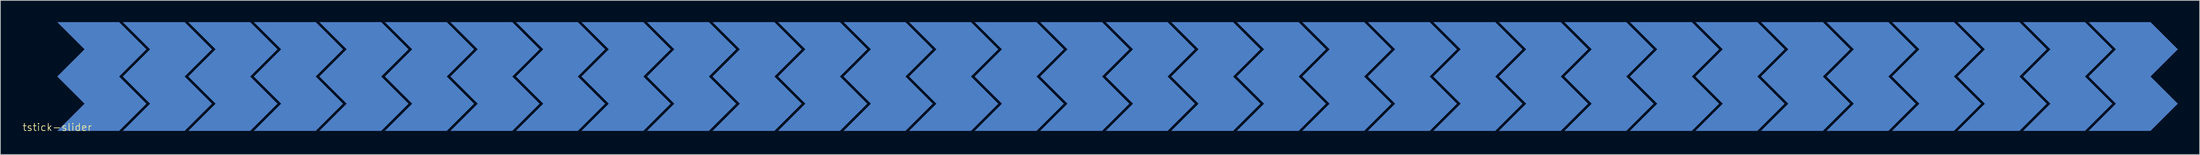
<source format=kicad_pcb>
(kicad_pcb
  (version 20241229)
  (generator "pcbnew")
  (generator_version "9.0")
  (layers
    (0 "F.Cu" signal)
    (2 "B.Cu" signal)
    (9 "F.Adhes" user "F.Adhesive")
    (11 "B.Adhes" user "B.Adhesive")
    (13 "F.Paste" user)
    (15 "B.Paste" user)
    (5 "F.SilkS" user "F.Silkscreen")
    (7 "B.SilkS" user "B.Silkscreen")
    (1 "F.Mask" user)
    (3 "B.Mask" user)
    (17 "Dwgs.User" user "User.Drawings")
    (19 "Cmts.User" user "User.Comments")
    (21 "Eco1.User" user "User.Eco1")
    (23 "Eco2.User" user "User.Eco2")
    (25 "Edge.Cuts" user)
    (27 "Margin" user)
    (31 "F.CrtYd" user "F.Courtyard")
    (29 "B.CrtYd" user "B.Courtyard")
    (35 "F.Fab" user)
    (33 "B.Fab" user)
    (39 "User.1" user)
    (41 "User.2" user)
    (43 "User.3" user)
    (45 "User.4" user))
  (footprint "tstick-slider"
    (layer "F.Cu")
    (at 4.812 15)
    (property "Reference" "tstick-slider" (at 0 -0.5 0) (unlocked yes) (layer "F.SilkS") (effects (font (size 1 1) (thickness 0.1))))
    (attr smd)
    (pad "1" smd custom (at 17 -0.5) (size 1 1) (layers "F.Mask" "B.Cu" "F.Paste") (options (anchor rect)) (primitives (gr_poly (pts (xy -8 0.5) (xy 0.5 0.5) (xy 4.25 -3.25) (xy 0.5 -7) (xy 4.25 -10.75) (xy 0.5 -14.5) (xy -8 -14.5) (xy -4.25 -10.75) (xy -8 -7) (xy -4.25 -3.25)) (width 0) (fill yes)) (gr_poly (pts (xy -3.793 -11.231) (xy -3.777 -11.34) (xy -3.722 -11.452) (xy -3.633 -11.541) (xy -3.521 -11.596) (xy -3.412 -11.612) (xy -1.888 -11.612) (xy -1.779 -11.596) (xy -1.667 -11.541) (xy -1.578 -11.452) (xy -1.523 -11.34) (xy -1.507 -11.231) (xy -1.507 -10.469) (xy -1.523 -10.36) (xy -1.578 -10.248) (xy -1.667 -10.159) (xy -1.779 -10.104) (xy -1.888 -10.088) (xy -3.412 -10.088) (xy -3.521 -10.104) (xy -3.633 -10.159) (xy -3.722 -10.248) (xy -3.777 -10.36) (xy -3.793 -10.469)) (width 0) (fill yes))))
    (pad "2" smd custom (at 26 -0.5) (size 1 1) (layers "F.Mask" "B.Cu" "F.Paste") (options (anchor rect)) (primitives (gr_poly (pts (xy -8 0.5) (xy 0.5 0.5) (xy 4.25 -3.25) (xy 0.5 -7) (xy 4.25 -10.75) (xy 0.5 -14.5) (xy -8 -14.5) (xy -4.25 -10.75) (xy -8 -7) (xy -4.25 -3.25)) (width 0) (fill yes)) (gr_poly (pts (xy -3.793 -11.231) (xy -3.777 -11.34) (xy -3.722 -11.452) (xy -3.633 -11.541) (xy -3.521 -11.596) (xy -3.412 -11.612) (xy -1.888 -11.612) (xy -1.779 -11.596) (xy -1.667 -11.541) (xy -1.578 -11.452) (xy -1.523 -11.34) (xy -1.507 -11.231) (xy -1.507 -10.469) (xy -1.523 -10.36) (xy -1.578 -10.248) (xy -1.667 -10.159) (xy -1.779 -10.104) (xy -1.888 -10.088) (xy -3.412 -10.088) (xy -3.521 -10.104) (xy -3.633 -10.159) (xy -3.722 -10.248) (xy -3.777 -10.36) (xy -3.793 -10.469)) (width 0) (fill yes))))
    (pad "3" smd custom (at 35 -0.5) (size 1 1) (layers "F.Mask" "B.Cu" "F.Paste") (options (anchor rect)) (primitives (gr_poly (pts (xy -8 0.5) (xy 0.5 0.5) (xy 4.25 -3.25) (xy 0.5 -7) (xy 4.25 -10.75) (xy 0.5 -14.5) (xy -8 -14.5) (xy -4.25 -10.75) (xy -8 -7) (xy -4.25 -3.25)) (width 0) (fill yes)) (gr_poly (pts (xy -3.793 -11.231) (xy -3.777 -11.34) (xy -3.722 -11.452) (xy -3.633 -11.541) (xy -3.521 -11.596) (xy -3.412 -11.612) (xy -1.888 -11.612) (xy -1.779 -11.596) (xy -1.667 -11.541) (xy -1.578 -11.452) (xy -1.523 -11.34) (xy -1.507 -11.231) (xy -1.507 -10.469) (xy -1.523 -10.36) (xy -1.578 -10.248) (xy -1.667 -10.159) (xy -1.779 -10.104) (xy -1.888 -10.088) (xy -3.412 -10.088) (xy -3.521 -10.104) (xy -3.633 -10.159) (xy -3.722 -10.248) (xy -3.777 -10.36) (xy -3.793 -10.469)) (width 0) (fill yes))))
    (pad "4" smd custom (at 44 -0.5) (size 1 1) (layers "F.Mask" "B.Cu" "F.Paste") (options (anchor rect)) (primitives (gr_poly (pts (xy -8 0.5) (xy 0.5 0.5) (xy 4.25 -3.25) (xy 0.5 -7) (xy 4.25 -10.75) (xy 0.5 -14.5) (xy -8 -14.5) (xy -4.25 -10.75) (xy -8 -7) (xy -4.25 -3.25)) (width 0) (fill yes)) (gr_poly (pts (xy -3.793 -11.231) (xy -3.777 -11.34) (xy -3.722 -11.452) (xy -3.633 -11.541) (xy -3.521 -11.596) (xy -3.412 -11.612) (xy -1.888 -11.612) (xy -1.779 -11.596) (xy -1.667 -11.541) (xy -1.578 -11.452) (xy -1.523 -11.34) (xy -1.507 -11.231) (xy -1.507 -10.469) (xy -1.523 -10.36) (xy -1.578 -10.248) (xy -1.667 -10.159) (xy -1.779 -10.104) (xy -1.888 -10.088) (xy -3.412 -10.088) (xy -3.521 -10.104) (xy -3.633 -10.159) (xy -3.722 -10.248) (xy -3.777 -10.36) (xy -3.793 -10.469)) (width 0) (fill yes))))
    (pad "5" smd custom (at 53 -0.5) (size 1 1) (layers "F.Mask" "B.Cu" "F.Paste") (options (anchor rect)) (primitives (gr_poly (pts (xy -8 0.5) (xy 0.5 0.5) (xy 4.25 -3.25) (xy 0.5 -7) (xy 4.25 -10.75) (xy 0.5 -14.5) (xy -8 -14.5) (xy -4.25 -10.75) (xy -8 -7) (xy -4.25 -3.25)) (width 0) (fill yes)) (gr_poly (pts (xy -3.793 -11.231) (xy -3.777 -11.34) (xy -3.722 -11.452) (xy -3.633 -11.541) (xy -3.521 -11.596) (xy -3.412 -11.612) (xy -1.888 -11.612) (xy -1.779 -11.596) (xy -1.667 -11.541) (xy -1.578 -11.452) (xy -1.523 -11.34) (xy -1.507 -11.231) (xy -1.507 -10.469) (xy -1.523 -10.36) (xy -1.578 -10.248) (xy -1.667 -10.159) (xy -1.779 -10.104) (xy -1.888 -10.088) (xy -3.412 -10.088) (xy -3.521 -10.104) (xy -3.633 -10.159) (xy -3.722 -10.248) (xy -3.777 -10.36) (xy -3.793 -10.469)) (width 0) (fill yes))))
    (pad "6" smd custom (at 62 -0.5) (size 1 1) (layers "F.Mask" "B.Cu" "F.Paste") (options (anchor rect)) (primitives (gr_poly (pts (xy -8 0.5) (xy 0.5 0.5) (xy 4.25 -3.25) (xy 0.5 -7) (xy 4.25 -10.75) (xy 0.5 -14.5) (xy -8 -14.5) (xy -4.25 -10.75) (xy -8 -7) (xy -4.25 -3.25)) (width 0) (fill yes)) (gr_poly (pts (xy -3.793 -11.231) (xy -3.777 -11.34) (xy -3.722 -11.452) (xy -3.633 -11.541) (xy -3.521 -11.596) (xy -3.412 -11.612) (xy -1.888 -11.612) (xy -1.779 -11.596) (xy -1.667 -11.541) (xy -1.578 -11.452) (xy -1.523 -11.34) (xy -1.507 -11.231) (xy -1.507 -10.469) (xy -1.523 -10.36) (xy -1.578 -10.248) (xy -1.667 -10.159) (xy -1.779 -10.104) (xy -1.888 -10.088) (xy -3.412 -10.088) (xy -3.521 -10.104) (xy -3.633 -10.159) (xy -3.722 -10.248) (xy -3.777 -10.36) (xy -3.793 -10.469)) (width 0) (fill yes))))
    (pad "7" smd custom (at 71 -0.5) (size 1 1) (layers "F.Mask" "B.Cu" "F.Paste") (options (anchor rect)) (primitives (gr_poly (pts (xy -8 0.5) (xy 0.5 0.5) (xy 4.25 -3.25) (xy 0.5 -7) (xy 4.25 -10.75) (xy 0.5 -14.5) (xy -8 -14.5) (xy -4.25 -10.75) (xy -8 -7) (xy -4.25 -3.25)) (width 0) (fill yes)) (gr_poly (pts (xy -3.793 -11.231) (xy -3.777 -11.34) (xy -3.722 -11.452) (xy -3.633 -11.541) (xy -3.521 -11.596) (xy -3.412 -11.612) (xy -1.888 -11.612) (xy -1.779 -11.596) (xy -1.667 -11.541) (xy -1.578 -11.452) (xy -1.523 -11.34) (xy -1.507 -11.231) (xy -1.507 -10.469) (xy -1.523 -10.36) (xy -1.578 -10.248) (xy -1.667 -10.159) (xy -1.779 -10.104) (xy -1.888 -10.088) (xy -3.412 -10.088) (xy -3.521 -10.104) (xy -3.633 -10.159) (xy -3.722 -10.248) (xy -3.777 -10.36) (xy -3.793 -10.469)) (width 0) (fill yes))))
    (pad "8" smd custom (at 80 -0.5) (size 1 1) (layers "F.Mask" "B.Cu" "F.Paste") (options (anchor rect)) (primitives (gr_poly (pts (xy -8 0.5) (xy 0.5 0.5) (xy 4.25 -3.25) (xy 0.5 -7) (xy 4.25 -10.75) (xy 0.5 -14.5) (xy -8 -14.5) (xy -4.25 -10.75) (xy -8 -7) (xy -4.25 -3.25)) (width 0) (fill yes)) (gr_poly (pts (xy -3.793 -11.231) (xy -3.777 -11.34) (xy -3.722 -11.452) (xy -3.633 -11.541) (xy -3.521 -11.596) (xy -3.412 -11.612) (xy -1.888 -11.612) (xy -1.779 -11.596) (xy -1.667 -11.541) (xy -1.578 -11.452) (xy -1.523 -11.34) (xy -1.507 -11.231) (xy -1.507 -10.469) (xy -1.523 -10.36) (xy -1.578 -10.248) (xy -1.667 -10.159) (xy -1.779 -10.104) (xy -1.888 -10.088) (xy -3.412 -10.088) (xy -3.521 -10.104) (xy -3.633 -10.159) (xy -3.722 -10.248) (xy -3.777 -10.36) (xy -3.793 -10.469)) (width 0) (fill yes))))
    (pad "9" smd custom (at 89 -0.5) (size 1 1) (layers "F.Mask" "B.Cu" "F.Paste") (options (anchor rect)) (primitives (gr_poly (pts (xy -8 0.5) (xy 0.5 0.5) (xy 4.25 -3.25) (xy 0.5 -7) (xy 4.25 -10.75) (xy 0.5 -14.5) (xy -8 -14.5) (xy -4.25 -10.75) (xy -8 -7) (xy -4.25 -3.25)) (width 0) (fill yes)) (gr_poly (pts (xy -3.793 -11.231) (xy -3.777 -11.34) (xy -3.722 -11.452) (xy -3.633 -11.541) (xy -3.521 -11.596) (xy -3.412 -11.612) (xy -1.888 -11.612) (xy -1.779 -11.596) (xy -1.667 -11.541) (xy -1.578 -11.452) (xy -1.523 -11.34) (xy -1.507 -11.231) (xy -1.507 -10.469) (xy -1.523 -10.36) (xy -1.578 -10.248) (xy -1.667 -10.159) (xy -1.779 -10.104) (xy -1.888 -10.088) (xy -3.412 -10.088) (xy -3.521 -10.104) (xy -3.633 -10.159) (xy -3.722 -10.248) (xy -3.777 -10.36) (xy -3.793 -10.469)) (width 0) (fill yes))))
    (pad "10" smd custom (at 98 -0.5) (size 1 1) (layers "F.Mask" "B.Cu" "F.Paste") (options (anchor rect)) (primitives (gr_poly (pts (xy -8 0.5) (xy 0.5 0.5) (xy 4.25 -3.25) (xy 0.5 -7) (xy 4.25 -10.75) (xy 0.5 -14.5) (xy -8 -14.5) (xy -4.25 -10.75) (xy -8 -7) (xy -4.25 -3.25)) (width 0) (fill yes)) (gr_poly (pts (xy -3.793 -11.231) (xy -3.777 -11.34) (xy -3.722 -11.452) (xy -3.633 -11.541) (xy -3.521 -11.596) (xy -3.412 -11.612) (xy -1.888 -11.612) (xy -1.779 -11.596) (xy -1.667 -11.541) (xy -1.578 -11.452) (xy -1.523 -11.34) (xy -1.507 -11.231) (xy -1.507 -10.469) (xy -1.523 -10.36) (xy -1.578 -10.248) (xy -1.667 -10.159) (xy -1.779 -10.104) (xy -1.888 -10.088) (xy -3.412 -10.088) (xy -3.521 -10.104) (xy -3.633 -10.159) (xy -3.722 -10.248) (xy -3.777 -10.36) (xy -3.793 -10.469)) (width 0) (fill yes))))
    (pad "11" smd custom (at 107 -0.5) (size 1 1) (layers "F.Mask" "B.Cu" "F.Paste") (options (anchor rect)) (primitives (gr_poly (pts (xy -8 0.5) (xy 0.5 0.5) (xy 4.25 -3.25) (xy 0.5 -7) (xy 4.25 -10.75) (xy 0.5 -14.5) (xy -8 -14.5) (xy -4.25 -10.75) (xy -8 -7) (xy -4.25 -3.25)) (width 0) (fill yes)) (gr_poly (pts (xy -3.793 -11.231) (xy -3.777 -11.34) (xy -3.722 -11.452) (xy -3.633 -11.541) (xy -3.521 -11.596) (xy -3.412 -11.612) (xy -1.888 -11.612) (xy -1.779 -11.596) (xy -1.667 -11.541) (xy -1.578 -11.452) (xy -1.523 -11.34) (xy -1.507 -11.231) (xy -1.507 -10.469) (xy -1.523 -10.36) (xy -1.578 -10.248) (xy -1.667 -10.159) (xy -1.779 -10.104) (xy -1.888 -10.088) (xy -3.412 -10.088) (xy -3.521 -10.104) (xy -3.633 -10.159) (xy -3.722 -10.248) (xy -3.777 -10.36) (xy -3.793 -10.469)) (width 0) (fill yes))))
    (pad "12" smd custom (at 116 -0.5) (size 1 1) (layers "F.Mask" "B.Cu" "F.Paste") (options (anchor rect)) (primitives (gr_poly (pts (xy -8 0.5) (xy 0.5 0.5) (xy 4.25 -3.25) (xy 0.5 -7) (xy 4.25 -10.75) (xy 0.5 -14.5) (xy -8 -14.5) (xy -4.25 -10.75) (xy -8 -7) (xy -4.25 -3.25)) (width 0) (fill yes)) (gr_poly (pts (xy -3.793 -11.231) (xy -3.777 -11.34) (xy -3.722 -11.452) (xy -3.633 -11.541) (xy -3.521 -11.596) (xy -3.412 -11.612) (xy -1.888 -11.612) (xy -1.779 -11.596) (xy -1.667 -11.541) (xy -1.578 -11.452) (xy -1.523 -11.34) (xy -1.507 -11.231) (xy -1.507 -10.469) (xy -1.523 -10.36) (xy -1.578 -10.248) (xy -1.667 -10.159) (xy -1.779 -10.104) (xy -1.888 -10.088) (xy -3.412 -10.088) (xy -3.521 -10.104) (xy -3.633 -10.159) (xy -3.722 -10.248) (xy -3.777 -10.36) (xy -3.793 -10.469)) (width 0) (fill yes))))
    (pad "13" smd custom (at 125 -0.5) (size 1 1) (layers "F.Mask" "B.Cu" "F.Paste") (options (anchor rect)) (primitives (gr_poly (pts (xy -8 0.5) (xy 0.5 0.5) (xy 4.25 -3.25) (xy 0.5 -7) (xy 4.25 -10.75) (xy 0.5 -14.5) (xy -8 -14.5) (xy -4.25 -10.75) (xy -8 -7) (xy -4.25 -3.25)) (width 0) (fill yes)) (gr_poly (pts (xy -3.793 -11.231) (xy -3.777 -11.34) (xy -3.722 -11.452) (xy -3.633 -11.541) (xy -3.521 -11.596) (xy -3.412 -11.612) (xy -1.888 -11.612) (xy -1.779 -11.596) (xy -1.667 -11.541) (xy -1.578 -11.452) (xy -1.523 -11.34) (xy -1.507 -11.231) (xy -1.507 -10.469) (xy -1.523 -10.36) (xy -1.578 -10.248) (xy -1.667 -10.159) (xy -1.779 -10.104) (xy -1.888 -10.088) (xy -3.412 -10.088) (xy -3.521 -10.104) (xy -3.633 -10.159) (xy -3.722 -10.248) (xy -3.777 -10.36) (xy -3.793 -10.469)) (width 0) (fill yes))))
    (pad "14" smd custom (at 134 -0.5) (size 1 1) (layers "F.Mask" "B.Cu" "F.Paste") (options (anchor rect)) (primitives (gr_poly (pts (xy -8 0.5) (xy 0.5 0.5) (xy 4.25 -3.25) (xy 0.5 -7) (xy 4.25 -10.75) (xy 0.5 -14.5) (xy -8 -14.5) (xy -4.25 -10.75) (xy -8 -7) (xy -4.25 -3.25)) (width 0) (fill yes)) (gr_poly (pts (xy -3.793 -11.231) (xy -3.777 -11.34) (xy -3.722 -11.452) (xy -3.633 -11.541) (xy -3.521 -11.596) (xy -3.412 -11.612) (xy -1.888 -11.612) (xy -1.779 -11.596) (xy -1.667 -11.541) (xy -1.578 -11.452) (xy -1.523 -11.34) (xy -1.507 -11.231) (xy -1.507 -10.469) (xy -1.523 -10.36) (xy -1.578 -10.248) (xy -1.667 -10.159) (xy -1.779 -10.104) (xy -1.888 -10.088) (xy -3.412 -10.088) (xy -3.521 -10.104) (xy -3.633 -10.159) (xy -3.722 -10.248) (xy -3.777 -10.36) (xy -3.793 -10.469)) (width 0) (fill yes))))
    (pad "15" smd custom (at 143 -0.5) (size 1 1) (layers "F.Mask" "B.Cu" "F.Paste") (options (anchor rect)) (primitives (gr_poly (pts (xy -8 0.5) (xy 0.5 0.5) (xy 4.25 -3.25) (xy 0.5 -7) (xy 4.25 -10.75) (xy 0.5 -14.5) (xy -8 -14.5) (xy -4.25 -10.75) (xy -8 -7) (xy -4.25 -3.25)) (width 0) (fill yes)) (gr_poly (pts (xy -3.793 -11.231) (xy -3.777 -11.34) (xy -3.722 -11.452) (xy -3.633 -11.541) (xy -3.521 -11.596) (xy -3.412 -11.612) (xy -1.888 -11.612) (xy -1.779 -11.596) (xy -1.667 -11.541) (xy -1.578 -11.452) (xy -1.523 -11.34) (xy -1.507 -11.231) (xy -1.507 -10.469) (xy -1.523 -10.36) (xy -1.578 -10.248) (xy -1.667 -10.159) (xy -1.779 -10.104) (xy -1.888 -10.088) (xy -3.412 -10.088) (xy -3.521 -10.104) (xy -3.633 -10.159) (xy -3.722 -10.248) (xy -3.777 -10.36) (xy -3.793 -10.469)) (width 0) (fill yes))))
    (pad "16" smd custom (at 152 -0.5) (size 1 1) (layers "F.Mask" "B.Cu" "F.Paste") (options (anchor rect)) (primitives (gr_poly (pts (xy -8 0.5) (xy 0.5 0.5) (xy 4.25 -3.25) (xy 0.5 -7) (xy 4.25 -10.75) (xy 0.5 -14.5) (xy -8 -14.5) (xy -4.25 -10.75) (xy -8 -7) (xy -4.25 -3.25)) (width 0) (fill yes)) (gr_poly (pts (xy -3.793 -11.231) (xy -3.777 -11.34) (xy -3.722 -11.452) (xy -3.633 -11.541) (xy -3.521 -11.596) (xy -3.412 -11.612) (xy -1.888 -11.612) (xy -1.779 -11.596) (xy -1.667 -11.541) (xy -1.578 -11.452) (xy -1.523 -11.34) (xy -1.507 -11.231) (xy -1.507 -10.469) (xy -1.523 -10.36) (xy -1.578 -10.248) (xy -1.667 -10.159) (xy -1.779 -10.104) (xy -1.888 -10.088) (xy -3.412 -10.088) (xy -3.521 -10.104) (xy -3.633 -10.159) (xy -3.722 -10.248) (xy -3.777 -10.36) (xy -3.793 -10.469)) (width 0) (fill yes))))
    (pad "17" smd custom (at 161 -0.5) (size 1 1) (layers "F.Mask" "B.Cu" "F.Paste") (options (anchor rect)) (primitives (gr_poly (pts (xy -8 0.5) (xy 0.5 0.5) (xy 4.25 -3.25) (xy 0.5 -7) (xy 4.25 -10.75) (xy 0.5 -14.5) (xy -8 -14.5) (xy -4.25 -10.75) (xy -8 -7) (xy -4.25 -3.25)) (width 0) (fill yes)) (gr_poly (pts (xy -3.793 -11.231) (xy -3.777 -11.34) (xy -3.722 -11.452) (xy -3.633 -11.541) (xy -3.521 -11.596) (xy -3.412 -11.612) (xy -1.888 -11.612) (xy -1.779 -11.596) (xy -1.667 -11.541) (xy -1.578 -11.452) (xy -1.523 -11.34) (xy -1.507 -11.231) (xy -1.507 -10.469) (xy -1.523 -10.36) (xy -1.578 -10.248) (xy -1.667 -10.159) (xy -1.779 -10.104) (xy -1.888 -10.088) (xy -3.412 -10.088) (xy -3.521 -10.104) (xy -3.633 -10.159) (xy -3.722 -10.248) (xy -3.777 -10.36) (xy -3.793 -10.469)) (width 0) (fill yes))))
    (pad "18" smd custom (at 170 -0.5) (size 1 1) (layers "F.Mask" "B.Cu" "F.Paste") (options (anchor rect)) (primitives (gr_poly (pts (xy -8 0.5) (xy 0.5 0.5) (xy 4.25 -3.25) (xy 0.5 -7) (xy 4.25 -10.75) (xy 0.5 -14.5) (xy -8 -14.5) (xy -4.25 -10.75) (xy -8 -7) (xy -4.25 -3.25)) (width 0) (fill yes)) (gr_poly (pts (xy -3.793 -11.231) (xy -3.777 -11.34) (xy -3.722 -11.452) (xy -3.633 -11.541) (xy -3.521 -11.596) (xy -3.412 -11.612) (xy -1.888 -11.612) (xy -1.779 -11.596) (xy -1.667 -11.541) (xy -1.578 -11.452) (xy -1.523 -11.34) (xy -1.507 -11.231) (xy -1.507 -10.469) (xy -1.523 -10.36) (xy -1.578 -10.248) (xy -1.667 -10.159) (xy -1.779 -10.104) (xy -1.888 -10.088) (xy -3.412 -10.088) (xy -3.521 -10.104) (xy -3.633 -10.159) (xy -3.722 -10.248) (xy -3.777 -10.36) (xy -3.793 -10.469)) (width 0) (fill yes))))
    (pad "19" smd custom (at 179 -0.5) (size 1 1) (layers "F.Mask" "B.Cu" "F.Paste") (options (anchor rect)) (primitives (gr_poly (pts (xy -8 0.5) (xy 0.5 0.5) (xy 4.25 -3.25) (xy 0.5 -7) (xy 4.25 -10.75) (xy 0.5 -14.5) (xy -8 -14.5) (xy -4.25 -10.75) (xy -8 -7) (xy -4.25 -3.25)) (width 0) (fill yes)) (gr_poly (pts (xy -3.793 -11.231) (xy -3.777 -11.34) (xy -3.722 -11.452) (xy -3.633 -11.541) (xy -3.521 -11.596) (xy -3.412 -11.612) (xy -1.888 -11.612) (xy -1.779 -11.596) (xy -1.667 -11.541) (xy -1.578 -11.452) (xy -1.523 -11.34) (xy -1.507 -11.231) (xy -1.507 -10.469) (xy -1.523 -10.36) (xy -1.578 -10.248) (xy -1.667 -10.159) (xy -1.779 -10.104) (xy -1.888 -10.088) (xy -3.412 -10.088) (xy -3.521 -10.104) (xy -3.633 -10.159) (xy -3.722 -10.248) (xy -3.777 -10.36) (xy -3.793 -10.469)) (width 0) (fill yes))))
    (pad "20" smd custom (at 188 -0.5) (size 1 1) (layers "F.Mask" "B.Cu" "F.Paste") (options (anchor rect)) (primitives (gr_poly (pts (xy -8 0.5) (xy 0.5 0.5) (xy 4.25 -3.25) (xy 0.5 -7) (xy 4.25 -10.75) (xy 0.5 -14.5) (xy -8 -14.5) (xy -4.25 -10.75) (xy -8 -7) (xy -4.25 -3.25)) (width 0) (fill yes)) (gr_poly (pts (xy -3.793 -11.231) (xy -3.777 -11.34) (xy -3.722 -11.452) (xy -3.633 -11.541) (xy -3.521 -11.596) (xy -3.412 -11.612) (xy -1.888 -11.612) (xy -1.779 -11.596) (xy -1.667 -11.541) (xy -1.578 -11.452) (xy -1.523 -11.34) (xy -1.507 -11.231) (xy -1.507 -10.469) (xy -1.523 -10.36) (xy -1.578 -10.248) (xy -1.667 -10.159) (xy -1.779 -10.104) (xy -1.888 -10.088) (xy -3.412 -10.088) (xy -3.521 -10.104) (xy -3.633 -10.159) (xy -3.722 -10.248) (xy -3.777 -10.36) (xy -3.793 -10.469)) (width 0) (fill yes))))
    (pad "21" smd custom (at 197 -0.5) (size 1 1) (layers "F.Mask" "B.Cu" "F.Paste") (options (anchor rect)) (primitives (gr_poly (pts (xy -8 0.5) (xy 0.5 0.5) (xy 4.25 -3.25) (xy 0.5 -7) (xy 4.25 -10.75) (xy 0.5 -14.5) (xy -8 -14.5) (xy -4.25 -10.75) (xy -8 -7) (xy -4.25 -3.25)) (width 0) (fill yes)) (gr_poly (pts (xy -3.793 -11.231) (xy -3.777 -11.34) (xy -3.722 -11.452) (xy -3.633 -11.541) (xy -3.521 -11.596) (xy -3.412 -11.612) (xy -1.888 -11.612) (xy -1.779 -11.596) (xy -1.667 -11.541) (xy -1.578 -11.452) (xy -1.523 -11.34) (xy -1.507 -11.231) (xy -1.507 -10.469) (xy -1.523 -10.36) (xy -1.578 -10.248) (xy -1.667 -10.159) (xy -1.779 -10.104) (xy -1.888 -10.088) (xy -3.412 -10.088) (xy -3.521 -10.104) (xy -3.633 -10.159) (xy -3.722 -10.248) (xy -3.777 -10.36) (xy -3.793 -10.469)) (width 0) (fill yes))))
    (pad "22" smd custom (at 206 -0.5) (size 1 1) (layers "F.Mask" "B.Cu" "F.Paste") (options (anchor rect)) (primitives (gr_poly (pts (xy -8 0.5) (xy 0.5 0.5) (xy 4.25 -3.25) (xy 0.5 -7) (xy 4.25 -10.75) (xy 0.5 -14.5) (xy -8 -14.5) (xy -4.25 -10.75) (xy -8 -7) (xy -4.25 -3.25)) (width 0) (fill yes)) (gr_poly (pts (xy -3.793 -11.231) (xy -3.777 -11.34) (xy -3.722 -11.452) (xy -3.633 -11.541) (xy -3.521 -11.596) (xy -3.412 -11.612) (xy -1.888 -11.612) (xy -1.779 -11.596) (xy -1.667 -11.541) (xy -1.578 -11.452) (xy -1.523 -11.34) (xy -1.507 -11.231) (xy -1.507 -10.469) (xy -1.523 -10.36) (xy -1.578 -10.248) (xy -1.667 -10.159) (xy -1.779 -10.104) (xy -1.888 -10.088) (xy -3.412 -10.088) (xy -3.521 -10.104) (xy -3.633 -10.159) (xy -3.722 -10.248) (xy -3.777 -10.36) (xy -3.793 -10.469)) (width 0) (fill yes))))
    (pad "23" smd custom (at 215 -0.5) (size 1 1) (layers "F.Mask" "B.Cu" "F.Paste") (options (anchor rect)) (primitives (gr_poly (pts (xy -8 0.5) (xy 0.5 0.5) (xy 4.25 -3.25) (xy 0.5 -7) (xy 4.25 -10.75) (xy 0.5 -14.5) (xy -8 -14.5) (xy -4.25 -10.75) (xy -8 -7) (xy -4.25 -3.25)) (width 0) (fill yes)) (gr_poly (pts (xy -3.793 -11.231) (xy -3.777 -11.34) (xy -3.722 -11.452) (xy -3.633 -11.541) (xy -3.521 -11.596) (xy -3.412 -11.612) (xy -1.888 -11.612) (xy -1.779 -11.596) (xy -1.667 -11.541) (xy -1.578 -11.452) (xy -1.523 -11.34) (xy -1.507 -11.231) (xy -1.507 -10.469) (xy -1.523 -10.36) (xy -1.578 -10.248) (xy -1.667 -10.159) (xy -1.779 -10.104) (xy -1.888 -10.088) (xy -3.412 -10.088) (xy -3.521 -10.104) (xy -3.633 -10.159) (xy -3.722 -10.248) (xy -3.777 -10.36) (xy -3.793 -10.469)) (width 0) (fill yes))))
    (pad "24" smd custom (at 224 -0.5) (size 1 1) (layers "F.Mask" "B.Cu" "F.Paste") (options (anchor rect)) (primitives (gr_poly (pts (xy -8 0.5) (xy 0.5 0.5) (xy 4.25 -3.25) (xy 0.5 -7) (xy 4.25 -10.75) (xy 0.5 -14.5) (xy -8 -14.5) (xy -4.25 -10.75) (xy -8 -7) (xy -4.25 -3.25)) (width 0) (fill yes)) (gr_poly (pts (xy -3.793 -11.231) (xy -3.777 -11.34) (xy -3.722 -11.452) (xy -3.633 -11.541) (xy -3.521 -11.596) (xy -3.412 -11.612) (xy -1.888 -11.612) (xy -1.779 -11.596) (xy -1.667 -11.541) (xy -1.578 -11.452) (xy -1.523 -11.34) (xy -1.507 -11.231) (xy -1.507 -10.469) (xy -1.523 -10.36) (xy -1.578 -10.248) (xy -1.667 -10.159) (xy -1.779 -10.104) (xy -1.888 -10.088) (xy -3.412 -10.088) (xy -3.521 -10.104) (xy -3.633 -10.159) (xy -3.722 -10.248) (xy -3.777 -10.36) (xy -3.793 -10.469)) (width 0) (fill yes))))
    (pad "25" smd custom (at 233 -0.5) (size 1 1) (layers "F.Mask" "B.Cu" "F.Paste") (options (anchor rect)) (primitives (gr_poly (pts (xy -8 0.5) (xy 0.5 0.5) (xy 4.25 -3.25) (xy 0.5 -7) (xy 4.25 -10.75) (xy 0.5 -14.5) (xy -8 -14.5) (xy -4.25 -10.75) (xy -8 -7) (xy -4.25 -3.25)) (width 0) (fill yes)) (gr_poly (pts (xy -3.793 -11.231) (xy -3.777 -11.34) (xy -3.722 -11.452) (xy -3.633 -11.541) (xy -3.521 -11.596) (xy -3.412 -11.612) (xy -1.888 -11.612) (xy -1.779 -11.596) (xy -1.667 -11.541) (xy -1.578 -11.452) (xy -1.523 -11.34) (xy -1.507 -11.231) (xy -1.507 -10.469) (xy -1.523 -10.36) (xy -1.578 -10.248) (xy -1.667 -10.159) (xy -1.779 -10.104) (xy -1.888 -10.088) (xy -3.412 -10.088) (xy -3.521 -10.104) (xy -3.633 -10.159) (xy -3.722 -10.248) (xy -3.777 -10.36) (xy -3.793 -10.469)) (width 0) (fill yes))))
    (pad "26" smd custom (at 242 -0.5) (size 1 1) (layers "F.Mask" "B.Cu" "F.Paste") (options (anchor rect)) (primitives (gr_poly (pts (xy -8 0.5) (xy 0.5 0.5) (xy 4.25 -3.25) (xy 0.5 -7) (xy 4.25 -10.75) (xy 0.5 -14.5) (xy -8 -14.5) (xy -4.25 -10.75) (xy -8 -7) (xy -4.25 -3.25)) (width 0) (fill yes)) (gr_poly (pts (xy -3.793 -11.231) (xy -3.777 -11.34) (xy -3.722 -11.452) (xy -3.633 -11.541) (xy -3.521 -11.596) (xy -3.412 -11.612) (xy -1.888 -11.612) (xy -1.779 -11.596) (xy -1.667 -11.541) (xy -1.578 -11.452) (xy -1.523 -11.34) (xy -1.507 -11.231) (xy -1.507 -10.469) (xy -1.523 -10.36) (xy -1.578 -10.248) (xy -1.667 -10.159) (xy -1.779 -10.104) (xy -1.888 -10.088) (xy -3.412 -10.088) (xy -3.521 -10.104) (xy -3.633 -10.159) (xy -3.722 -10.248) (xy -3.777 -10.36) (xy -3.793 -10.469)) (width 0) (fill yes))))
    (pad "27" smd custom (at 251 -0.5) (size 1 1) (layers "F.Mask" "B.Cu" "F.Paste") (options (anchor rect)) (primitives (gr_poly (pts (xy -8 0.5) (xy 0.5 0.5) (xy 4.25 -3.25) (xy 0.5 -7) (xy 4.25 -10.75) (xy 0.5 -14.5) (xy -8 -14.5) (xy -4.25 -10.75) (xy -8 -7) (xy -4.25 -3.25)) (width 0) (fill yes)) (gr_poly (pts (xy -3.793 -11.231) (xy -3.777 -11.34) (xy -3.722 -11.452) (xy -3.633 -11.541) (xy -3.521 -11.596) (xy -3.412 -11.612) (xy -1.888 -11.612) (xy -1.779 -11.596) (xy -1.667 -11.541) (xy -1.578 -11.452) (xy -1.523 -11.34) (xy -1.507 -11.231) (xy -1.507 -10.469) (xy -1.523 -10.36) (xy -1.578 -10.248) (xy -1.667 -10.159) (xy -1.779 -10.104) (xy -1.888 -10.088) (xy -3.412 -10.088) (xy -3.521 -10.104) (xy -3.633 -10.159) (xy -3.722 -10.248) (xy -3.777 -10.36) (xy -3.793 -10.469)) (width 0) (fill yes))))
    (pad "28" smd custom (at 260 -0.5) (size 1 1) (layers "F.Mask" "B.Cu" "F.Paste") (options (anchor rect)) (primitives (gr_poly (pts (xy -8 0.5) (xy 0.5 0.5) (xy 4.25 -3.25) (xy 0.5 -7) (xy 4.25 -10.75) (xy 0.5 -14.5) (xy -8 -14.5) (xy -4.25 -10.75) (xy -8 -7) (xy -4.25 -3.25)) (width 0) (fill yes)) (gr_poly (pts (xy -3.793 -11.231) (xy -3.777 -11.34) (xy -3.722 -11.452) (xy -3.633 -11.541) (xy -3.521 -11.596) (xy -3.412 -11.612) (xy -1.888 -11.612) (xy -1.779 -11.596) (xy -1.667 -11.541) (xy -1.578 -11.452) (xy -1.523 -11.34) (xy -1.507 -11.231) (xy -1.507 -10.469) (xy -1.523 -10.36) (xy -1.578 -10.248) (xy -1.667 -10.159) (xy -1.779 -10.104) (xy -1.888 -10.088) (xy -3.412 -10.088) (xy -3.521 -10.104) (xy -3.633 -10.159) (xy -3.722 -10.248) (xy -3.777 -10.36) (xy -3.793 -10.469)) (width 0) (fill yes))))
    (pad "29" smd custom (at 269 -0.5) (size 1 1) (layers "F.Mask" "B.Cu" "F.Paste") (options (anchor rect)) (primitives (gr_poly (pts (xy -8 0.5) (xy 0.5 0.5) (xy 4.25 -3.25) (xy 0.5 -7) (xy 4.25 -10.75) (xy 0.5 -14.5) (xy -8 -14.5) (xy -4.25 -10.75) (xy -8 -7) (xy -4.25 -3.25)) (width 0) (fill yes)) (gr_poly (pts (xy -3.793 -11.231) (xy -3.777 -11.34) (xy -3.722 -11.452) (xy -3.633 -11.541) (xy -3.521 -11.596) (xy -3.412 -11.612) (xy -1.888 -11.612) (xy -1.779 -11.596) (xy -1.667 -11.541) (xy -1.578 -11.452) (xy -1.523 -11.34) (xy -1.507 -11.231) (xy -1.507 -10.469) (xy -1.523 -10.36) (xy -1.578 -10.248) (xy -1.667 -10.159) (xy -1.779 -10.104) (xy -1.888 -10.088) (xy -3.412 -10.088) (xy -3.521 -10.104) (xy -3.633 -10.159) (xy -3.722 -10.248) (xy -3.777 -10.36) (xy -3.793 -10.469)) (width 0) (fill yes))))
    (pad "30" smd custom (at 278 -0.5) (size 1 1) (layers "F.Mask" "B.Cu" "F.Paste") (options (anchor rect)) (primitives (gr_poly (pts (xy -8 0.5) (xy 0.5 0.5) (xy 4.25 -3.25) (xy 0.5 -7) (xy 4.25 -10.75) (xy 0.5 -14.5) (xy -8 -14.5) (xy -4.25 -10.75) (xy -8 -7) (xy -4.25 -3.25)) (width 0) (fill yes)) (gr_poly (pts (xy -3.793 -11.231) (xy -3.777 -11.34) (xy -3.722 -11.452) (xy -3.633 -11.541) (xy -3.521 -11.596) (xy -3.412 -11.612) (xy -1.888 -11.612) (xy -1.779 -11.596) (xy -1.667 -11.541) (xy -1.578 -11.452) (xy -1.523 -11.34) (xy -1.507 -11.231) (xy -1.507 -10.469) (xy -1.523 -10.36) (xy -1.578 -10.248) (xy -1.667 -10.159) (xy -1.779 -10.104) (xy -1.888 -10.088) (xy -3.412 -10.088) (xy -3.521 -10.104) (xy -3.633 -10.159) (xy -3.722 -10.248) (xy -3.777 -10.36) (xy -3.793 -10.469)) (width 0) (fill yes))))
    (pad "GND" smd custom (at 8 -0.5) (size 1 1) (layers "F.Mask" "B.Cu" "F.Paste") (options (anchor rect)) (primitives (gr_poly (pts (xy -8 0.5) (xy 0.5 0.5) (xy 4.25 -3.25) (xy 0.5 -7) (xy 4.25 -10.75) (xy 0.5 -14.5) (xy -8 -14.5) (xy -4.25 -10.75) (xy -8 -7) (xy -4.25 -3.25)) (width 0) (fill yes)) (gr_poly (pts (xy -3.793 -11.231) (xy -3.777 -11.34) (xy -3.722 -11.452) (xy -3.633 -11.541) (xy -3.521 -11.596) (xy -3.412 -11.612) (xy -1.888 -11.612) (xy -1.779 -11.596) (xy -1.667 -11.541) (xy -1.578 -11.452) (xy -1.523 -11.34) (xy -1.507 -11.231) (xy -1.507 -10.469) (xy -1.523 -10.36) (xy -1.578 -10.248) (xy -1.667 -10.159) (xy -1.779 -10.104) (xy -1.888 -10.088) (xy -3.412 -10.088) (xy -3.521 -10.104) (xy -3.633 -10.159) (xy -3.722 -10.248) (xy -3.777 -10.36) (xy -3.793 -10.469)) (width 0) (fill yes))))
    (pad "GND" smd custom (at 287 -0.5) (size 1 1) (layers "F.Mask" "B.Cu" "F.Paste") (options (anchor rect)) (primitives (gr_poly (pts (xy -8 0.5) (xy 0.5 0.5) (xy 4.25 -3.25) (xy 0.5 -7) (xy 4.25 -10.75) (xy 0.5 -14.5) (xy -8 -14.5) (xy -4.25 -10.75) (xy -8 -7) (xy -4.25 -3.25)) (width 0) (fill yes)) (gr_poly (pts (xy -3.793 -11.231) (xy -3.777 -11.34) (xy -3.722 -11.452) (xy -3.633 -11.541) (xy -3.521 -11.596) (xy -3.412 -11.612) (xy -1.888 -11.612) (xy -1.779 -11.596) (xy -1.667 -11.541) (xy -1.578 -11.452) (xy -1.523 -11.34) (xy -1.507 -11.231) (xy -1.507 -10.469) (xy -1.523 -10.36) (xy -1.578 -10.248) (xy -1.667 -10.159) (xy -1.779 -10.104) (xy -1.888 -10.088) (xy -3.412 -10.088) (xy -3.521 -10.104) (xy -3.633 -10.159) (xy -3.722 -10.248) (xy -3.777 -10.36) (xy -3.793 -10.469)) (width 0) (fill yes)))))
  (gr_rect
    (start -3 -3)
    (end 299.062 18.261)
    (stroke (width 0.1) (type default))
    (fill no)
    (layer "Edge.Cuts")))
</source>
